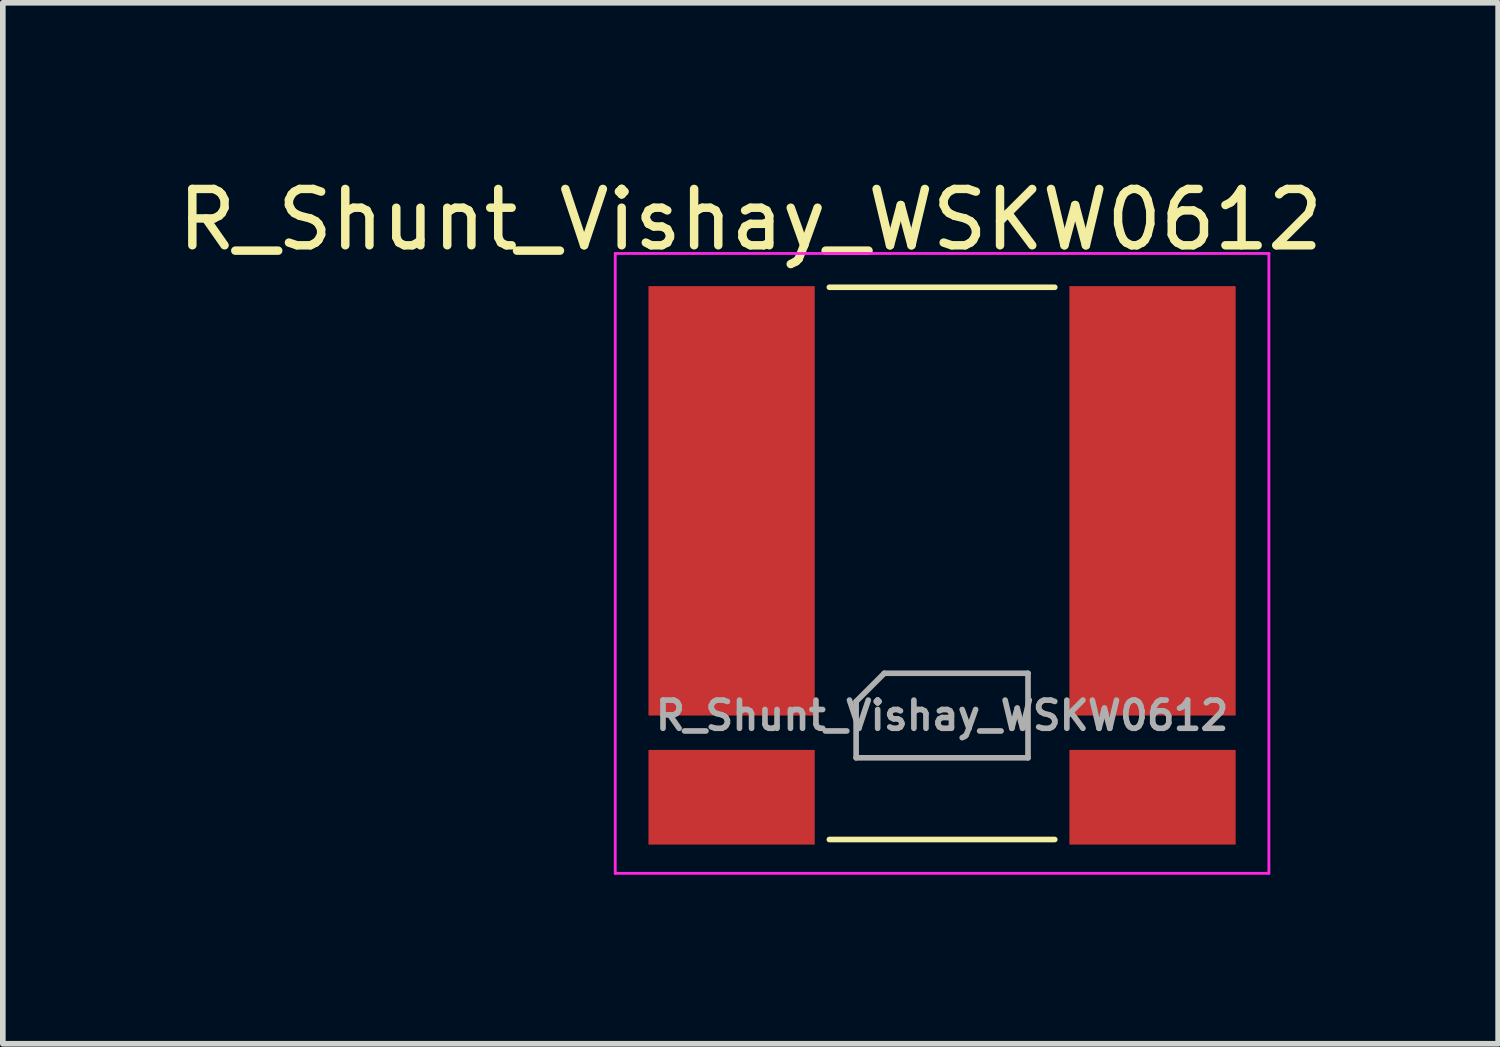
<source format=kicad_pcb>
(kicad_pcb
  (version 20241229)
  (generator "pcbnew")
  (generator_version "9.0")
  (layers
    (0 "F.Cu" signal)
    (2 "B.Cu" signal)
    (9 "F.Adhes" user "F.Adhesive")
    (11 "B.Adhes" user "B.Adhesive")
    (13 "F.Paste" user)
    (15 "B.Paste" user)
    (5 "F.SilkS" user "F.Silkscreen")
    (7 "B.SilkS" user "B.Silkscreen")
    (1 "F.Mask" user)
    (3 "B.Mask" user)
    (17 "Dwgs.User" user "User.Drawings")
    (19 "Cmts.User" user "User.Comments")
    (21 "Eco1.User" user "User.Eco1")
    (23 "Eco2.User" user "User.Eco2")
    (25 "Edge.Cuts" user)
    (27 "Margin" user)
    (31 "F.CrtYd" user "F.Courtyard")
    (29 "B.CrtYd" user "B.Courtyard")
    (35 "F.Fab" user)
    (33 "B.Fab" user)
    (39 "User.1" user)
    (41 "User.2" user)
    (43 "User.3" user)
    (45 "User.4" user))
  (footprint "R_Shunt_Vishay_WSKW0612"
    (layer "F.Cu")
    (at 13.668 9.648)
    (property "Reference" "R_Shunt_Vishay_WSKW0612" (at -3.4 -8.8 0) (layer "F.SilkS") (effects (font (size 1 1) (thickness 0.15))))
    (attr smd)
    (fp_line (start -2 -7.6) (end 2 -7.6) (stroke (width 0.1) (type default)) (layer "F.SilkS"))
    (fp_line (start -2 2.2) (end 2 2.2) (stroke (width 0.1) (type default)) (layer "F.SilkS"))
    (fp_line (start -5.8 -8.2) (end -5.8 2.8) (stroke (width 0.05) (type solid)) (layer "F.CrtYd"))
    (fp_line (start -5.8 -8.2) (end 5.8 -8.2) (stroke (width 0.05) (type solid)) (layer "F.CrtYd"))
    (fp_line (start 5.8 2.8) (end -5.8 2.8) (stroke (width 0.05) (type solid)) (layer "F.CrtYd"))
    (fp_line (start 5.8 2.8) (end 5.8 -8.2) (stroke (width 0.05) (type solid)) (layer "F.CrtYd"))
    (fp_line (start -1.525 -0.25) (end -1.025 -0.75) (stroke (width 0.1) (type solid)) (layer "F.Fab"))
    (fp_line (start -1.525 0.75) (end -1.525 -0.25) (stroke (width 0.1) (type solid)) (layer "F.Fab"))
    (fp_line (start -1.525 0.75) (end 1.525 0.75) (stroke (width 0.1) (type solid)) (layer "F.Fab"))
    (fp_line (start 1.525 -0.75) (end -1.025 -0.75) (stroke (width 0.1) (type solid)) (layer "F.Fab"))
    (fp_line (start 1.525 0.75) (end 1.525 -0.75) (stroke (width 0.1) (type solid)) (layer "F.Fab"))
    (fp_text user "${REFERENCE}" (at 0 0 0) (layer "F.Fab") (effects (font (size 0.5 0.5) (thickness 0.1))))
    (pad "1" smd rect (at -3.735 -3.81 270) (size 7.62 2.95) (layers "F.Cu" "F.Mask" "F.Paste"))
    (pad "2" smd rect (at 3.735 1.45 270) (size 1.68 2.95) (layers "F.Cu" "F.Mask" "F.Paste"))
    (pad "3" smd rect (at -3.735 1.45 270) (size 1.68 2.95) (layers "F.Cu" "F.Mask" "F.Paste"))
    (pad "4" smd rect (at 3.735 -3.81 270) (size 7.62 2.95) (layers "F.Cu" "F.Mask" "F.Paste")))
  (gr_rect
    (start -3 -3)
    (end 23.536 15.473)
    (stroke (width 0.1) (type default))
    (fill no)
    (layer "Edge.Cuts")))
</source>
